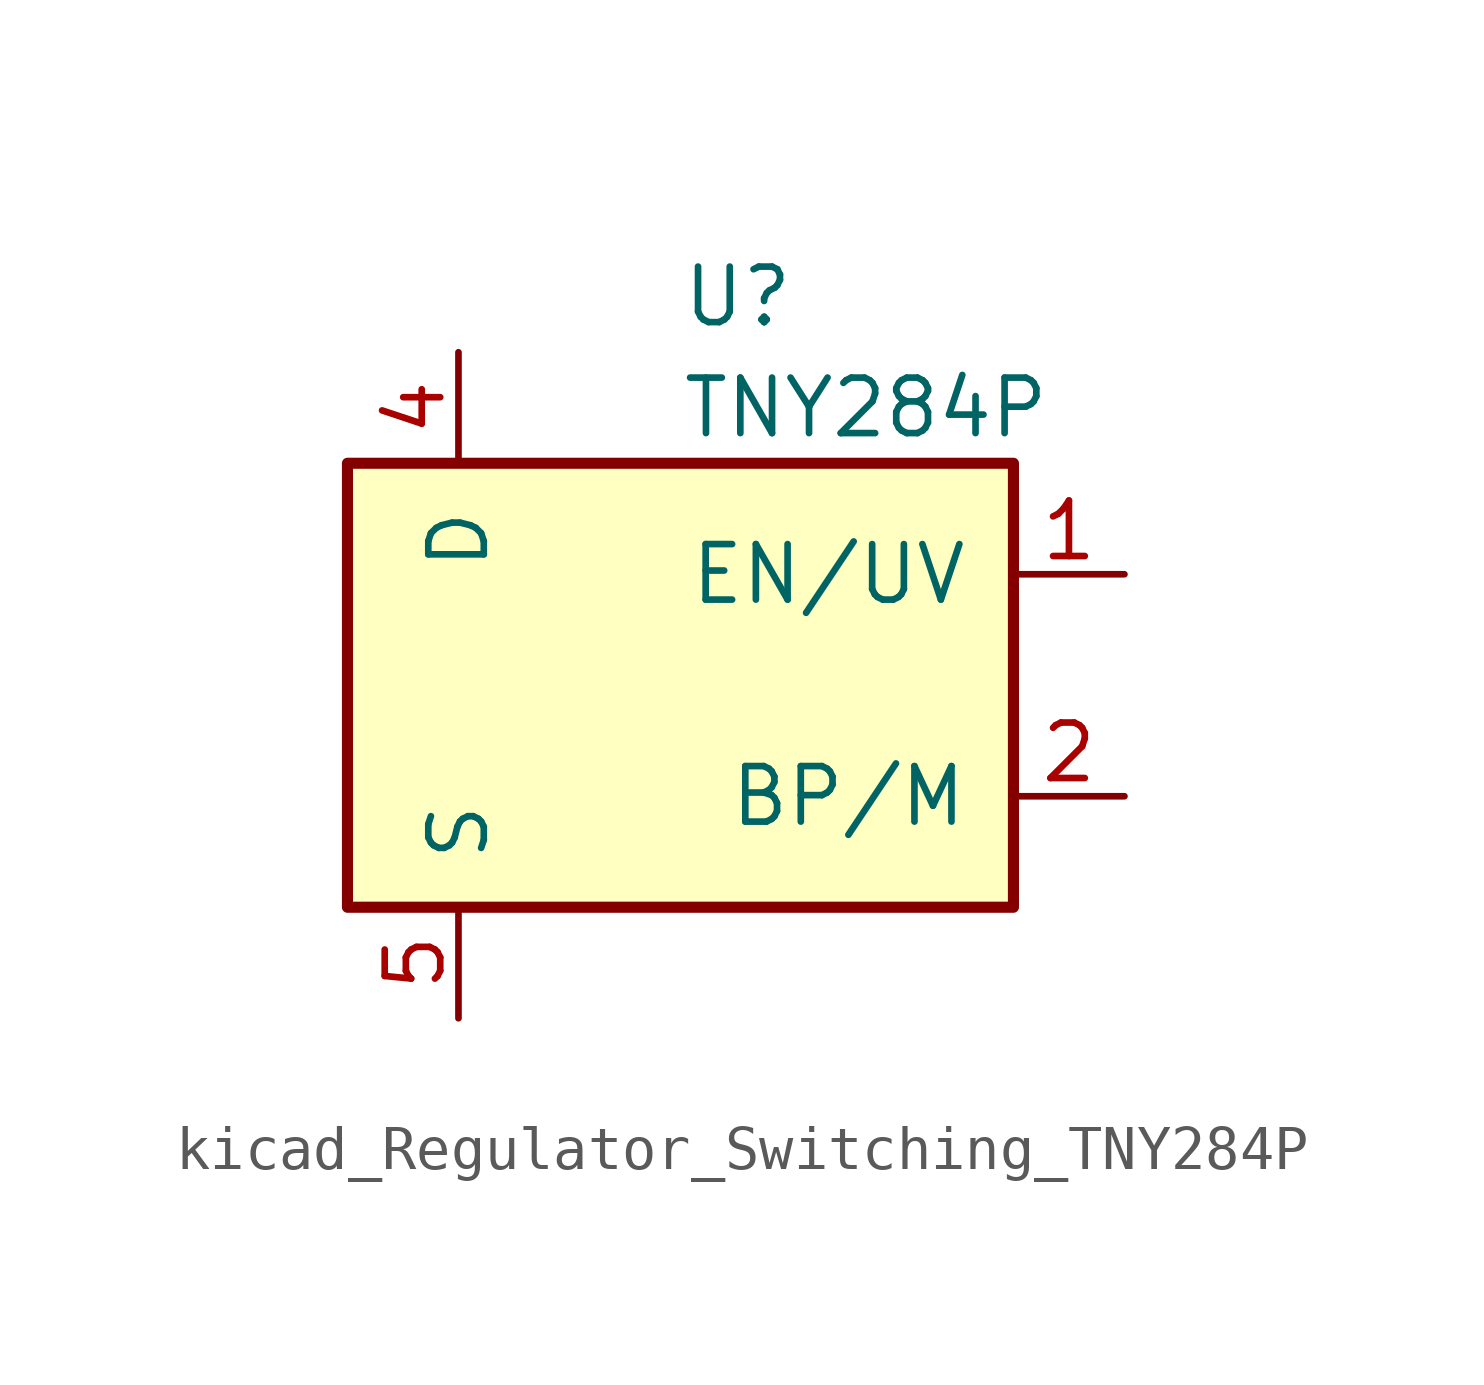
<source format=kicad_sym>
(kicad_symbol_lib
  (version 20220914)
  (generator kicad_symbol_editor)
  (symbol "kicad_Regulator_Switching_TNY284P"
    (pin_names
      (offset 1.016))
    (property "Reference" "U"
      (at 0 8.89 0)
      (effects (font (size 1.27 1.27)) (justify left)))
    (property "Value" "TNY284P"
      (at 0 6.35 0)
      (effects (font (size 1.27 1.27)) (justify left)))
    (symbol "kicad_Regulator_Switching_TNY284P_0_1"
      (rectangle (start -7.62 5.08) (end 7.62 -5.08) (stroke (width 0.254) (type default)) (fill (type background))))
    (symbol "kicad_Regulator_Switching_TNY284P_1_1"
      (pin input line (at 10.16 2.54 180) (length 2.54) (name "EN/UV" (effects (font (size 1.27 1.27)))) (number "1" (effects (font (size 1.27 1.27)))))
      (pin input line (at 10.16 -2.54 180) (length 2.54) (name "BP/M" (effects (font (size 1.27 1.27)))) (number "2" (effects (font (size 1.27 1.27)))))
      (pin open_collector line (at -5.08 7.62 270) (length 2.54) (name "D" (effects (font (size 1.27 1.27)))) (number "4" (effects (font (size 1.27 1.27)))))
      (pin power_in line (at -5.08 -7.62 90) (length 2.54) (name "S" (effects (font (size 1.27 1.27)))) (number "5" (effects (font (size 1.27 1.27)))))
      (pin passive line (at -5.08 -7.62 90) (length 2.54) hide (name "S" (effects (font (size 1.27 1.27)))) (number "6" (effects (font (size 1.27 1.27)))))
      (pin passive line (at -5.08 -7.62 90) (length 2.54) hide (name "S" (effects (font (size 1.27 1.27)))) (number "7" (effects (font (size 1.27 1.27)))))
      (pin passive line (at -5.08 -7.62 90) (length 2.54) hide (name "S" (effects (font (size 1.27 1.27)))) (number "8" (effects (font (size 1.27 1.27))))))))
</source>
